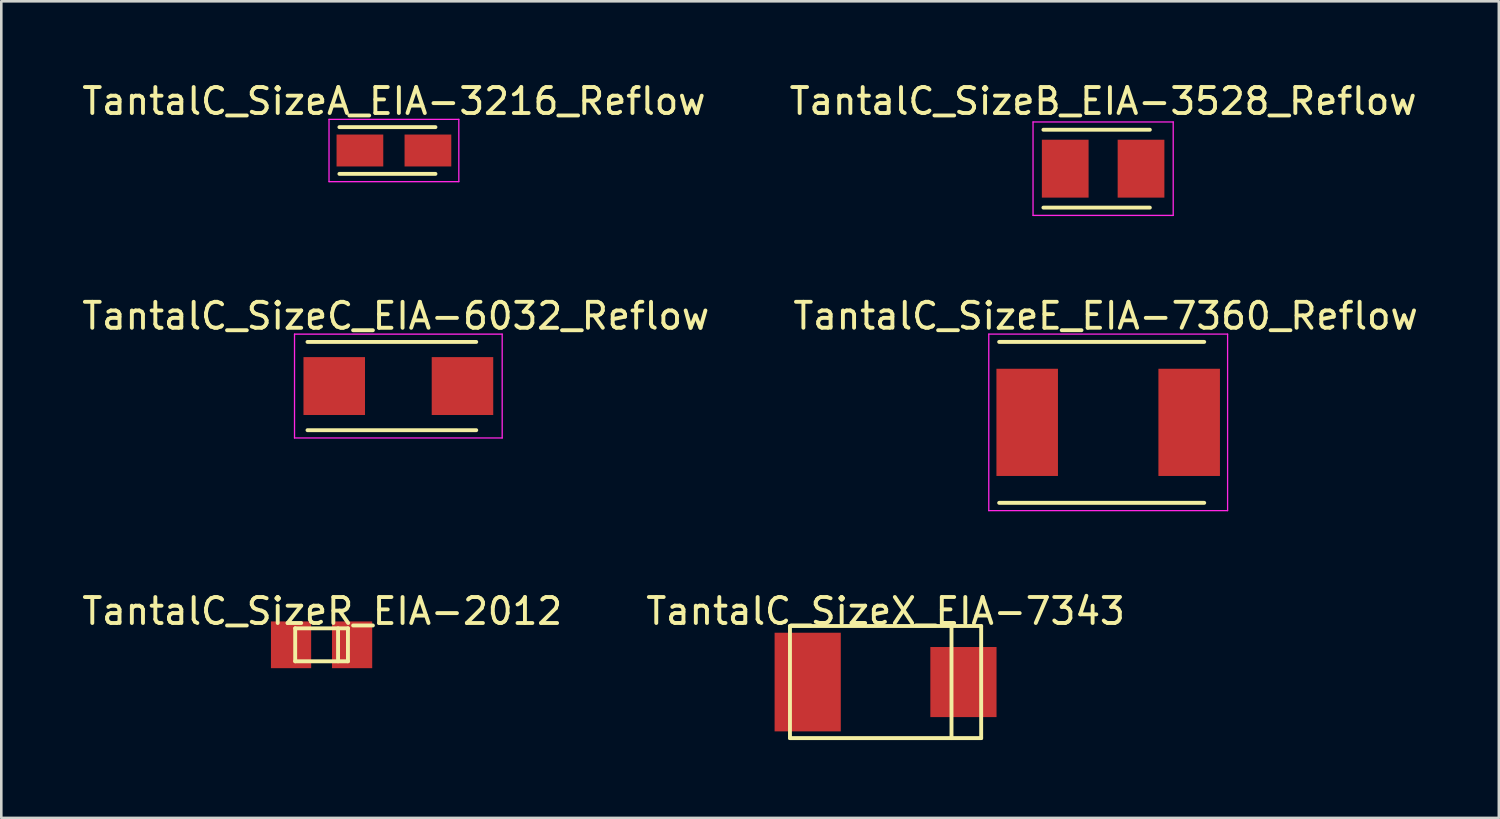
<source format=kicad_pcb>
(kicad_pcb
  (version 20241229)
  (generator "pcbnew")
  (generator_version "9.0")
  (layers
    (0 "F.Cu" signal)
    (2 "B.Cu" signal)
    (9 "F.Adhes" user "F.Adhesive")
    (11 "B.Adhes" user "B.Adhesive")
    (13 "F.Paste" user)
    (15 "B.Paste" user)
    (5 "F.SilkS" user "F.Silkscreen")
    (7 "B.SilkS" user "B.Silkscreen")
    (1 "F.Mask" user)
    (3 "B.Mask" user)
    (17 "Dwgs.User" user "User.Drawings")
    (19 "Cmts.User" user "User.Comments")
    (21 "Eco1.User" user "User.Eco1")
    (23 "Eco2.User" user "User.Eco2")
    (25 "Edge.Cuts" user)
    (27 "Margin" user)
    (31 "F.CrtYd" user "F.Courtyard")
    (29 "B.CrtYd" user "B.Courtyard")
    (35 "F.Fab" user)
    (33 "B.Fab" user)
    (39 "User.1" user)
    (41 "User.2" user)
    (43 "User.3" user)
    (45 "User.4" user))
  (footprint "TantalC_SizeE_EIA-7360_Reflow"
    (layer "F.Cu")
    (at 39.641 13.221)
    (property "Reference" "TantalC_SizeE_EIA-7360_Reflow" (at -0.099 -4.1 0) (layer "F.SilkS") (effects (font (size 1 1) (thickness 0.15))))
    (attr smd)
    (fp_line (start 3.7 -3.1) (end -4.2 -3.1) (stroke (width 0.15) (type solid)) (layer "F.SilkS"))
    (fp_line (start 3.7 3.1) (end -4.2 3.1) (stroke (width 0.15) (type solid)) (layer "F.SilkS"))
    (fp_line (start -4.6 -3.4) (end -4.6 3.4) (stroke (width 0.05) (type solid)) (layer "F.CrtYd"))
    (fp_line (start -4.6 3.4) (end 4.6 3.4) (stroke (width 0.05) (type solid)) (layer "F.CrtYd"))
    (fp_line (start 4.6 -3.4) (end -4.6 -3.4) (stroke (width 0.05) (type solid)) (layer "F.CrtYd"))
    (fp_line (start 4.6 3.4) (end 4.6 -3.4) (stroke (width 0.05) (type solid)) (layer "F.CrtYd"))
    (pad "1" smd rect (at -3.12 0) (size 2.37 4.13) (layers "F.Cu" "F.Mask" "F.Paste"))
    (pad "2" smd rect (at 3.12 0) (size 2.37 4.13) (layers "F.Cu" "F.Mask" "F.Paste")))
  (footprint "TantalC_SizeX_EIA-7343"
    (layer "F.Cu")
    (at 31.065 23.225)
    (property "Reference" "TantalC_SizeX_EIA-7343" (at 0 -2.731 0) (layer "F.SilkS") (effects (font (size 1 1) (thickness 0.15))))
    (attr through_hole)
    (fp_line (start -3.683 -2.159) (end -3.683 2.159) (stroke (width 0.15) (type solid)) (layer "F.SilkS"))
    (fp_line (start -3.683 2.159) (end 3.683 2.159) (stroke (width 0.15) (type solid)) (layer "F.SilkS"))
    (fp_line (start 2.54 -2.159) (end 2.54 2.159) (stroke (width 0.15) (type solid)) (layer "F.SilkS"))
    (fp_line (start 3.683 -2.159) (end -3.683 -2.159) (stroke (width 0.15) (type solid)) (layer "F.SilkS"))
    (fp_line (start 3.683 2.159) (end 3.683 -2.159) (stroke (width 0.15) (type solid)) (layer "F.SilkS"))
    (pad "1" smd rect (at 3 0) (size 2.55 2.7) (layers "F.Cu" "F.Mask" "F.Paste"))
    (pad "2" smd rect (at -3 0) (size 2.55 3.8) (layers "F.Cu" "F.Mask" "F.Paste")))
  (footprint "TantalC_SizeC_EIA-6032_Reflow"
    (layer "F.Cu")
    (at 12.296 11.822)
    (property "Reference" "TantalC_SizeC_EIA-6032_Reflow" (at -0.1 -2.7 0) (layer "F.SilkS") (effects (font (size 1 1) (thickness 0.15))))
    (attr smd)
    (fp_line (start 3 -1.7) (end -3.5 -1.7) (stroke (width 0.15) (type solid)) (layer "F.SilkS"))
    (fp_line (start 3 1.7) (end -3.5 1.7) (stroke (width 0.15) (type solid)) (layer "F.SilkS"))
    (fp_line (start -4 -2) (end -4 2) (stroke (width 0.05) (type solid)) (layer "F.CrtYd"))
    (fp_line (start -4 2) (end 4 2) (stroke (width 0.05) (type solid)) (layer "F.CrtYd"))
    (fp_line (start 4 -2) (end -4 -2) (stroke (width 0.05) (type solid)) (layer "F.CrtYd"))
    (fp_line (start 4 2) (end 4 -2) (stroke (width 0.05) (type solid)) (layer "F.CrtYd"))
    (pad "1" smd rect (at -2.47 0) (size 2.37 2.23) (layers "F.Cu" "F.Mask" "F.Paste"))
    (pad "2" smd rect (at 2.47 0) (size 2.37 2.23) (layers "F.Cu" "F.Mask" "F.Paste")))
  (footprint "TantalC_SizeR_EIA-2012"
    (layer "F.Cu")
    (at 9.338 21.79)
    (property "Reference" "TantalC_SizeR_EIA-2012" (at 0.025 -1.295 0) (layer "F.SilkS") (effects (font (size 1 1) (thickness 0.15))))
    (attr through_hole)
    (fp_line (start -1.016 -0.635) (end -1.016 0.635) (stroke (width 0.15) (type solid)) (layer "F.SilkS"))
    (fp_line (start -1.016 0.635) (end 1.016 0.635) (stroke (width 0.15) (type solid)) (layer "F.SilkS"))
    (fp_line (start 0.635 -0.635) (end 0.635 0.635) (stroke (width 0.15) (type solid)) (layer "F.SilkS"))
    (fp_line (start 1.016 -0.635) (end -1.016 -0.635) (stroke (width 0.15) (type solid)) (layer "F.SilkS"))
    (fp_line (start 1.016 0.635) (end 1.016 -0.635) (stroke (width 0.15) (type solid)) (layer "F.SilkS"))
    (pad "1" smd rect (at 1.176 0) (size 1.549 1.801) (layers "F.Cu" "F.Mask" "F.Paste"))
    (pad "2" smd rect (at -1.176 0) (size 1.549 1.801) (layers "F.Cu" "F.Mask" "F.Paste")))
  (footprint "TantalC_SizeA_EIA-3216_Reflow"
    (layer "F.Cu")
    (at 12.125 2.748)
    (property "Reference" "TantalC_SizeA_EIA-3216_Reflow" (at 0 -1.9 0) (layer "F.SilkS") (effects (font (size 1 1) (thickness 0.15))))
    (attr smd)
    (fp_line (start 1.6 -0.9) (end -2.1 -0.9) (stroke (width 0.15) (type solid)) (layer "F.SilkS"))
    (fp_line (start 1.6 0.9) (end -2.1 0.9) (stroke (width 0.15) (type solid)) (layer "F.SilkS"))
    (fp_line (start -2.5 -1.2) (end -2.5 1.2) (stroke (width 0.05) (type solid)) (layer "F.CrtYd"))
    (fp_line (start -2.5 1.2) (end 2.5 1.2) (stroke (width 0.05) (type solid)) (layer "F.CrtYd"))
    (fp_line (start 2.5 -1.2) (end -2.5 -1.2) (stroke (width 0.05) (type solid)) (layer "F.CrtYd"))
    (fp_line (start 2.5 1.2) (end 2.5 -1.2) (stroke (width 0.05) (type solid)) (layer "F.CrtYd"))
    (pad "1" smd rect (at -1.31 0) (size 1.8 1.23) (layers "F.Cu" "F.Mask" "F.Paste"))
    (pad "2" smd rect (at 1.31 0) (size 1.8 1.23) (layers "F.Cu" "F.Mask" "F.Paste")))
  (footprint "TantalC_SizeB_EIA-3528_Reflow"
    (layer "F.Cu")
    (at 39.446 3.448)
    (property "Reference" "TantalC_SizeB_EIA-3528_Reflow" (at 0 -2.6 0) (layer "F.SilkS") (effects (font (size 1 1) (thickness 0.15))))
    (attr smd)
    (fp_line (start 1.8 -1.5) (end -2.3 -1.5) (stroke (width 0.15) (type solid)) (layer "F.SilkS"))
    (fp_line (start 1.8 1.5) (end -2.3 1.5) (stroke (width 0.15) (type solid)) (layer "F.SilkS"))
    (fp_line (start -2.7 -1.8) (end -2.7 1.8) (stroke (width 0.05) (type solid)) (layer "F.CrtYd"))
    (fp_line (start -2.7 1.8) (end 2.7 1.8) (stroke (width 0.05) (type solid)) (layer "F.CrtYd"))
    (fp_line (start 2.7 -1.8) (end -2.7 -1.8) (stroke (width 0.05) (type solid)) (layer "F.CrtYd"))
    (fp_line (start 2.7 1.8) (end 2.7 -1.8) (stroke (width 0.05) (type solid)) (layer "F.CrtYd"))
    (pad "1" smd rect (at -1.46 0) (size 1.8 2.23) (layers "F.Cu" "F.Mask" "F.Paste"))
    (pad "2" smd rect (at 1.46 0) (size 1.8 2.23) (layers "F.Cu" "F.Mask" "F.Paste")))
  (gr_rect
    (start -3 -3)
    (end 54.69 28.459)
    (stroke (width 0.1) (type default))
    (fill no)
    (layer "Edge.Cuts")))
</source>
